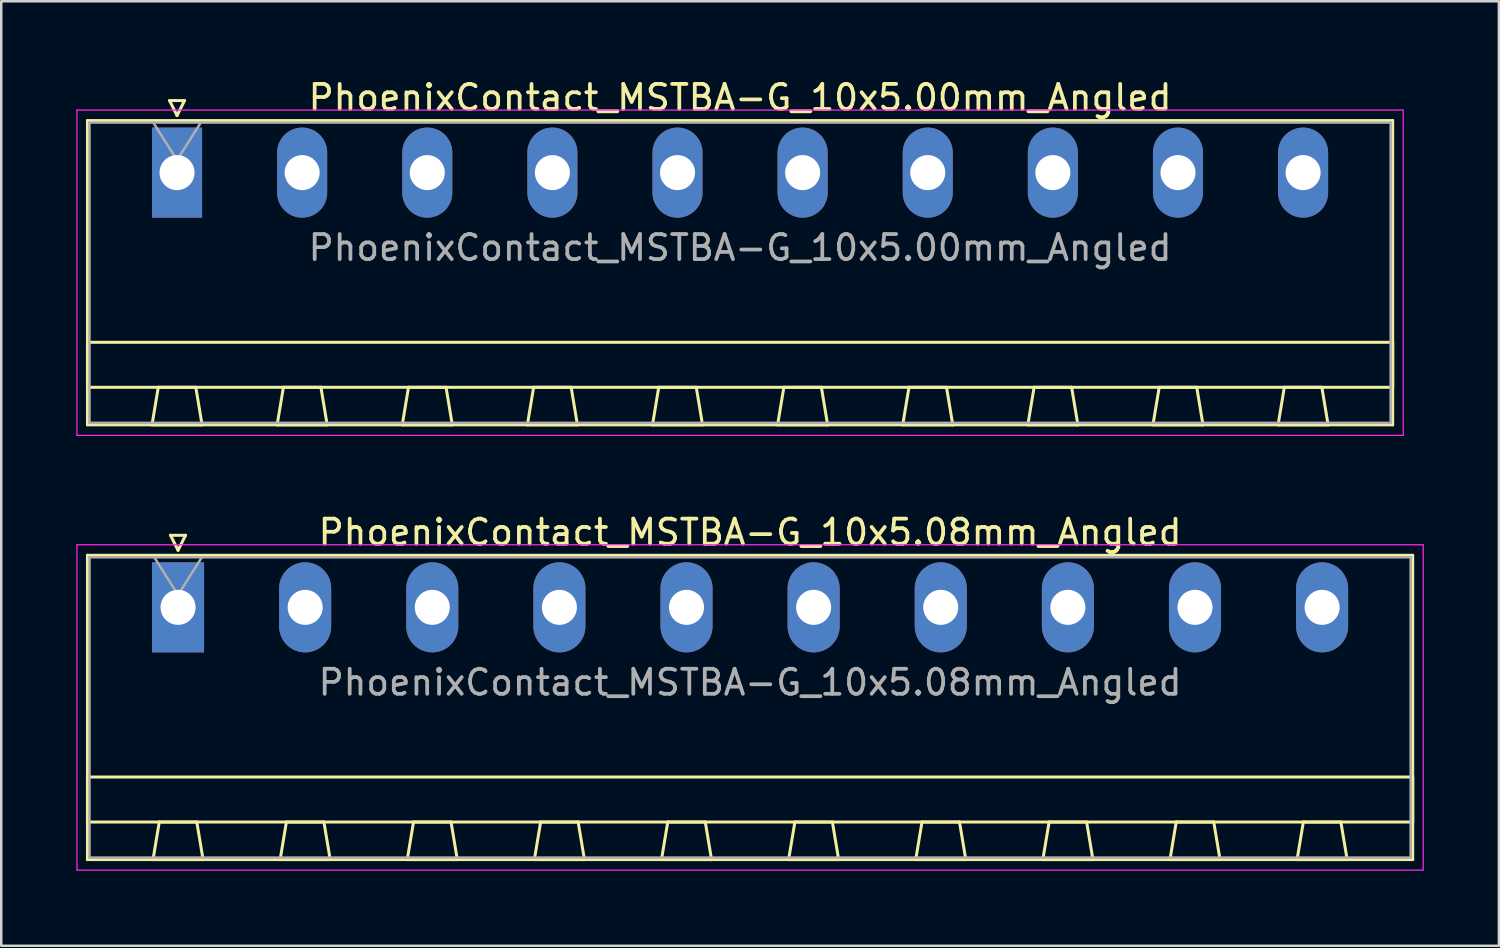
<source format=kicad_pcb>
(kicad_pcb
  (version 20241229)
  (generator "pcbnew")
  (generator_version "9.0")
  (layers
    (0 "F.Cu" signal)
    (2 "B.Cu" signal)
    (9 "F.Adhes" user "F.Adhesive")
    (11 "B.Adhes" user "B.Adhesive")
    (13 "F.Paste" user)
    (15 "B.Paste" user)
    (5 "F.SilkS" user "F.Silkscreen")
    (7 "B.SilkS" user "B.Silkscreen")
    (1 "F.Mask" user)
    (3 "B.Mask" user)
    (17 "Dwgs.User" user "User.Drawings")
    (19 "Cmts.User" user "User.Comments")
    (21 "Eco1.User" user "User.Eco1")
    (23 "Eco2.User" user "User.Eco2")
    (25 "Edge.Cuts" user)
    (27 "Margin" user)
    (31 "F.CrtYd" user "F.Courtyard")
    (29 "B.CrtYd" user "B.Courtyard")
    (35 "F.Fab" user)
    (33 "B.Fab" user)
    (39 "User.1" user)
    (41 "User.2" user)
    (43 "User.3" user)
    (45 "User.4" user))
  (footprint "PhoenixContact_MSTBA-G_10x5.08mm_Angled"
    (layer "F.Cu")
    (at 4.065 21.221)
    (property "Reference" "PhoenixContact_MSTBA-G_10x5.08mm_Angled" (at 22.86 -3 0) (layer "F.SilkS") (effects (font (size 1 1) (thickness 0.15))))
    (attr through_hole)
    (fp_line (start -3.62 -2.08) (end -3.62 10.08) (stroke (width 0.12) (type solid)) (layer "F.SilkS"))
    (fp_line (start -3.62 6.78) (end 49.34 6.78) (stroke (width 0.12) (type solid)) (layer "F.SilkS"))
    (fp_line (start -3.62 8.58) (end -3.62 6.78) (stroke (width 0.12) (type solid)) (layer "F.SilkS"))
    (fp_line (start -3.62 10.08) (end 49.34 10.08) (stroke (width 0.12) (type solid)) (layer "F.SilkS"))
    (fp_line (start -1 10.08) (end 1 10.08) (stroke (width 0.12) (type solid)) (layer "F.SilkS"))
    (fp_line (start -0.75 8.58) (end -1 10.08) (stroke (width 0.12) (type solid)) (layer "F.SilkS"))
    (fp_line (start -0.3 -2.88) (end 0.3 -2.88) (stroke (width 0.12) (type solid)) (layer "F.SilkS"))
    (fp_line (start 0 -2.28) (end -0.3 -2.88) (stroke (width 0.12) (type solid)) (layer "F.SilkS"))
    (fp_line (start 0.3 -2.88) (end 0 -2.28) (stroke (width 0.12) (type solid)) (layer "F.SilkS"))
    (fp_line (start 0.75 8.58) (end -0.75 8.58) (stroke (width 0.12) (type solid)) (layer "F.SilkS"))
    (fp_line (start 1 10.08) (end 0.75 8.58) (stroke (width 0.12) (type solid)) (layer "F.SilkS"))
    (fp_line (start 4.08 10.08) (end 6.08 10.08) (stroke (width 0.12) (type solid)) (layer "F.SilkS"))
    (fp_line (start 4.33 8.58) (end 4.08 10.08) (stroke (width 0.12) (type solid)) (layer "F.SilkS"))
    (fp_line (start 5.83 8.58) (end 4.33 8.58) (stroke (width 0.12) (type solid)) (layer "F.SilkS"))
    (fp_line (start 6.08 10.08) (end 5.83 8.58) (stroke (width 0.12) (type solid)) (layer "F.SilkS"))
    (fp_line (start 9.16 10.08) (end 11.16 10.08) (stroke (width 0.12) (type solid)) (layer "F.SilkS"))
    (fp_line (start 9.41 8.58) (end 9.16 10.08) (stroke (width 0.12) (type solid)) (layer "F.SilkS"))
    (fp_line (start 10.91 8.58) (end 9.41 8.58) (stroke (width 0.12) (type solid)) (layer "F.SilkS"))
    (fp_line (start 11.16 10.08) (end 10.91 8.58) (stroke (width 0.12) (type solid)) (layer "F.SilkS"))
    (fp_line (start 14.24 10.08) (end 16.24 10.08) (stroke (width 0.12) (type solid)) (layer "F.SilkS"))
    (fp_line (start 14.49 8.58) (end 14.24 10.08) (stroke (width 0.12) (type solid)) (layer "F.SilkS"))
    (fp_line (start 15.99 8.58) (end 14.49 8.58) (stroke (width 0.12) (type solid)) (layer "F.SilkS"))
    (fp_line (start 16.24 10.08) (end 15.99 8.58) (stroke (width 0.12) (type solid)) (layer "F.SilkS"))
    (fp_line (start 19.32 10.08) (end 21.32 10.08) (stroke (width 0.12) (type solid)) (layer "F.SilkS"))
    (fp_line (start 19.57 8.58) (end 19.32 10.08) (stroke (width 0.12) (type solid)) (layer "F.SilkS"))
    (fp_line (start 21.07 8.58) (end 19.57 8.58) (stroke (width 0.12) (type solid)) (layer "F.SilkS"))
    (fp_line (start 21.32 10.08) (end 21.07 8.58) (stroke (width 0.12) (type solid)) (layer "F.SilkS"))
    (fp_line (start 24.4 10.08) (end 26.4 10.08) (stroke (width 0.12) (type solid)) (layer "F.SilkS"))
    (fp_line (start 24.65 8.58) (end 24.4 10.08) (stroke (width 0.12) (type solid)) (layer "F.SilkS"))
    (fp_line (start 26.15 8.58) (end 24.65 8.58) (stroke (width 0.12) (type solid)) (layer "F.SilkS"))
    (fp_line (start 26.4 10.08) (end 26.15 8.58) (stroke (width 0.12) (type solid)) (layer "F.SilkS"))
    (fp_line (start 29.48 10.08) (end 31.48 10.08) (stroke (width 0.12) (type solid)) (layer "F.SilkS"))
    (fp_line (start 29.73 8.58) (end 29.48 10.08) (stroke (width 0.12) (type solid)) (layer "F.SilkS"))
    (fp_line (start 31.23 8.58) (end 29.73 8.58) (stroke (width 0.12) (type solid)) (layer "F.SilkS"))
    (fp_line (start 31.48 10.08) (end 31.23 8.58) (stroke (width 0.12) (type solid)) (layer "F.SilkS"))
    (fp_line (start 34.56 10.08) (end 36.56 10.08) (stroke (width 0.12) (type solid)) (layer "F.SilkS"))
    (fp_line (start 34.81 8.58) (end 34.56 10.08) (stroke (width 0.12) (type solid)) (layer "F.SilkS"))
    (fp_line (start 36.31 8.58) (end 34.81 8.58) (stroke (width 0.12) (type solid)) (layer "F.SilkS"))
    (fp_line (start 36.56 10.08) (end 36.31 8.58) (stroke (width 0.12) (type solid)) (layer "F.SilkS"))
    (fp_line (start 39.64 10.08) (end 41.64 10.08) (stroke (width 0.12) (type solid)) (layer "F.SilkS"))
    (fp_line (start 39.89 8.58) (end 39.64 10.08) (stroke (width 0.12) (type solid)) (layer "F.SilkS"))
    (fp_line (start 41.39 8.58) (end 39.89 8.58) (stroke (width 0.12) (type solid)) (layer "F.SilkS"))
    (fp_line (start 41.64 10.08) (end 41.39 8.58) (stroke (width 0.12) (type solid)) (layer "F.SilkS"))
    (fp_line (start 44.72 10.08) (end 46.72 10.08) (stroke (width 0.12) (type solid)) (layer "F.SilkS"))
    (fp_line (start 44.97 8.58) (end 44.72 10.08) (stroke (width 0.12) (type solid)) (layer "F.SilkS"))
    (fp_line (start 46.47 8.58) (end 44.97 8.58) (stroke (width 0.12) (type solid)) (layer "F.SilkS"))
    (fp_line (start 46.72 10.08) (end 46.47 8.58) (stroke (width 0.12) (type solid)) (layer "F.SilkS"))
    (fp_line (start 49.34 -2.08) (end -3.62 -2.08) (stroke (width 0.12) (type solid)) (layer "F.SilkS"))
    (fp_line (start 49.34 6.78) (end 49.34 8.58) (stroke (width 0.12) (type solid)) (layer "F.SilkS"))
    (fp_line (start 49.34 8.58) (end -3.62 8.58) (stroke (width 0.12) (type solid)) (layer "F.SilkS"))
    (fp_line (start 49.34 10.08) (end 49.34 -2.08) (stroke (width 0.12) (type solid)) (layer "F.SilkS"))
    (fp_line (start -4.04 -2.5) (end -4.04 10.5) (stroke (width 0.05) (type solid)) (layer "F.CrtYd"))
    (fp_line (start -4.04 10.5) (end 49.76 10.5) (stroke (width 0.05) (type solid)) (layer "F.CrtYd"))
    (fp_line (start 49.76 -2.5) (end -4.04 -2.5) (stroke (width 0.05) (type solid)) (layer "F.CrtYd"))
    (fp_line (start 49.76 10.5) (end 49.76 -2.5) (stroke (width 0.05) (type solid)) (layer "F.CrtYd"))
    (fp_line (start -3.54 -2) (end -3.54 10) (stroke (width 0.1) (type solid)) (layer "F.Fab"))
    (fp_line (start -3.54 10) (end 49.26 10) (stroke (width 0.1) (type solid)) (layer "F.Fab"))
    (fp_line (start 0 -0.5) (end -0.95 -2) (stroke (width 0.1) (type solid)) (layer "F.Fab"))
    (fp_line (start 0.95 -2) (end 0 -0.5) (stroke (width 0.1) (type solid)) (layer "F.Fab"))
    (fp_line (start 49.26 -2) (end -3.54 -2) (stroke (width 0.1) (type solid)) (layer "F.Fab"))
    (fp_line (start 49.26 10) (end 49.26 -2) (stroke (width 0.1) (type solid)) (layer "F.Fab"))
    (fp_text user "${REFERENCE}" (at 22.86 3 0) (layer "F.Fab") (effects (font (size 1 1) (thickness 0.15))))
    (pad "1" thru_hole rect (at 0 0) (size 2.08 3.6) (drill 1.4) (layers "*.Cu" "*.Mask"))
    (pad "2" thru_hole oval (at 5.08 0) (size 2.08 3.6) (drill 1.4) (layers "*.Cu" "*.Mask"))
    (pad "3" thru_hole oval (at 10.16 0) (size 2.08 3.6) (drill 1.4) (layers "*.Cu" "*.Mask"))
    (pad "4" thru_hole oval (at 15.24 0) (size 2.08 3.6) (drill 1.4) (layers "*.Cu" "*.Mask"))
    (pad "5" thru_hole oval (at 20.32 0) (size 2.08 3.6) (drill 1.4) (layers "*.Cu" "*.Mask"))
    (pad "6" thru_hole oval (at 25.4 0) (size 2.08 3.6) (drill 1.4) (layers "*.Cu" "*.Mask"))
    (pad "7" thru_hole oval (at 30.48 0) (size 2.08 3.6) (drill 1.4) (layers "*.Cu" "*.Mask"))
    (pad "8" thru_hole oval (at 35.56 0) (size 2.08 3.6) (drill 1.4) (layers "*.Cu" "*.Mask"))
    (pad "9" thru_hole oval (at 40.64 0) (size 2.08 3.6) (drill 1.4) (layers "*.Cu" "*.Mask"))
    (pad "10" thru_hole oval (at 45.72 0) (size 2.08 3.6) (drill 1.4) (layers "*.Cu" "*.Mask")))
  (footprint "PhoenixContact_MSTBA-G_10x5.00mm_Angled"
    (layer "F.Cu")
    (at 4.025 3.848)
    (property "Reference" "PhoenixContact_MSTBA-G_10x5.00mm_Angled" (at 22.5 -3 0) (layer "F.SilkS") (effects (font (size 1 1) (thickness 0.15))))
    (attr through_hole)
    (fp_line (start -3.58 -2.08) (end -3.58 10.08) (stroke (width 0.12) (type solid)) (layer "F.SilkS"))
    (fp_line (start -3.58 6.78) (end 48.58 6.78) (stroke (width 0.12) (type solid)) (layer "F.SilkS"))
    (fp_line (start -3.58 8.58) (end -3.58 6.78) (stroke (width 0.12) (type solid)) (layer "F.SilkS"))
    (fp_line (start -3.58 10.08) (end 48.58 10.08) (stroke (width 0.12) (type solid)) (layer "F.SilkS"))
    (fp_line (start -1 10.08) (end 1 10.08) (stroke (width 0.12) (type solid)) (layer "F.SilkS"))
    (fp_line (start -0.75 8.58) (end -1 10.08) (stroke (width 0.12) (type solid)) (layer "F.SilkS"))
    (fp_line (start -0.3 -2.88) (end 0.3 -2.88) (stroke (width 0.12) (type solid)) (layer "F.SilkS"))
    (fp_line (start 0 -2.28) (end -0.3 -2.88) (stroke (width 0.12) (type solid)) (layer "F.SilkS"))
    (fp_line (start 0.3 -2.88) (end 0 -2.28) (stroke (width 0.12) (type solid)) (layer "F.SilkS"))
    (fp_line (start 0.75 8.58) (end -0.75 8.58) (stroke (width 0.12) (type solid)) (layer "F.SilkS"))
    (fp_line (start 1 10.08) (end 0.75 8.58) (stroke (width 0.12) (type solid)) (layer "F.SilkS"))
    (fp_line (start 4 10.08) (end 6 10.08) (stroke (width 0.12) (type solid)) (layer "F.SilkS"))
    (fp_line (start 4.25 8.58) (end 4 10.08) (stroke (width 0.12) (type solid)) (layer "F.SilkS"))
    (fp_line (start 5.75 8.58) (end 4.25 8.58) (stroke (width 0.12) (type solid)) (layer "F.SilkS"))
    (fp_line (start 6 10.08) (end 5.75 8.58) (stroke (width 0.12) (type solid)) (layer "F.SilkS"))
    (fp_line (start 9 10.08) (end 11 10.08) (stroke (width 0.12) (type solid)) (layer "F.SilkS"))
    (fp_line (start 9.25 8.58) (end 9 10.08) (stroke (width 0.12) (type solid)) (layer "F.SilkS"))
    (fp_line (start 10.75 8.58) (end 9.25 8.58) (stroke (width 0.12) (type solid)) (layer "F.SilkS"))
    (fp_line (start 11 10.08) (end 10.75 8.58) (stroke (width 0.12) (type solid)) (layer "F.SilkS"))
    (fp_line (start 14 10.08) (end 16 10.08) (stroke (width 0.12) (type solid)) (layer "F.SilkS"))
    (fp_line (start 14.25 8.58) (end 14 10.08) (stroke (width 0.12) (type solid)) (layer "F.SilkS"))
    (fp_line (start 15.75 8.58) (end 14.25 8.58) (stroke (width 0.12) (type solid)) (layer "F.SilkS"))
    (fp_line (start 16 10.08) (end 15.75 8.58) (stroke (width 0.12) (type solid)) (layer "F.SilkS"))
    (fp_line (start 19 10.08) (end 21 10.08) (stroke (width 0.12) (type solid)) (layer "F.SilkS"))
    (fp_line (start 19.25 8.58) (end 19 10.08) (stroke (width 0.12) (type solid)) (layer "F.SilkS"))
    (fp_line (start 20.75 8.58) (end 19.25 8.58) (stroke (width 0.12) (type solid)) (layer "F.SilkS"))
    (fp_line (start 21 10.08) (end 20.75 8.58) (stroke (width 0.12) (type solid)) (layer "F.SilkS"))
    (fp_line (start 24 10.08) (end 26 10.08) (stroke (width 0.12) (type solid)) (layer "F.SilkS"))
    (fp_line (start 24.25 8.58) (end 24 10.08) (stroke (width 0.12) (type solid)) (layer "F.SilkS"))
    (fp_line (start 25.75 8.58) (end 24.25 8.58) (stroke (width 0.12) (type solid)) (layer "F.SilkS"))
    (fp_line (start 26 10.08) (end 25.75 8.58) (stroke (width 0.12) (type solid)) (layer "F.SilkS"))
    (fp_line (start 29 10.08) (end 31 10.08) (stroke (width 0.12) (type solid)) (layer "F.SilkS"))
    (fp_line (start 29.25 8.58) (end 29 10.08) (stroke (width 0.12) (type solid)) (layer "F.SilkS"))
    (fp_line (start 30.75 8.58) (end 29.25 8.58) (stroke (width 0.12) (type solid)) (layer "F.SilkS"))
    (fp_line (start 31 10.08) (end 30.75 8.58) (stroke (width 0.12) (type solid)) (layer "F.SilkS"))
    (fp_line (start 34 10.08) (end 36 10.08) (stroke (width 0.12) (type solid)) (layer "F.SilkS"))
    (fp_line (start 34.25 8.58) (end 34 10.08) (stroke (width 0.12) (type solid)) (layer "F.SilkS"))
    (fp_line (start 35.75 8.58) (end 34.25 8.58) (stroke (width 0.12) (type solid)) (layer "F.SilkS"))
    (fp_line (start 36 10.08) (end 35.75 8.58) (stroke (width 0.12) (type solid)) (layer "F.SilkS"))
    (fp_line (start 39 10.08) (end 41 10.08) (stroke (width 0.12) (type solid)) (layer "F.SilkS"))
    (fp_line (start 39.25 8.58) (end 39 10.08) (stroke (width 0.12) (type solid)) (layer "F.SilkS"))
    (fp_line (start 40.75 8.58) (end 39.25 8.58) (stroke (width 0.12) (type solid)) (layer "F.SilkS"))
    (fp_line (start 41 10.08) (end 40.75 8.58) (stroke (width 0.12) (type solid)) (layer "F.SilkS"))
    (fp_line (start 44 10.08) (end 46 10.08) (stroke (width 0.12) (type solid)) (layer "F.SilkS"))
    (fp_line (start 44.25 8.58) (end 44 10.08) (stroke (width 0.12) (type solid)) (layer "F.SilkS"))
    (fp_line (start 45.75 8.58) (end 44.25 8.58) (stroke (width 0.12) (type solid)) (layer "F.SilkS"))
    (fp_line (start 46 10.08) (end 45.75 8.58) (stroke (width 0.12) (type solid)) (layer "F.SilkS"))
    (fp_line (start 48.58 -2.08) (end -3.58 -2.08) (stroke (width 0.12) (type solid)) (layer "F.SilkS"))
    (fp_line (start 48.58 6.78) (end 48.58 8.58) (stroke (width 0.12) (type solid)) (layer "F.SilkS"))
    (fp_line (start 48.58 8.58) (end -3.58 8.58) (stroke (width 0.12) (type solid)) (layer "F.SilkS"))
    (fp_line (start 48.58 10.08) (end 48.58 -2.08) (stroke (width 0.12) (type solid)) (layer "F.SilkS"))
    (fp_line (start -4 -2.5) (end -4 10.5) (stroke (width 0.05) (type solid)) (layer "F.CrtYd"))
    (fp_line (start -4 10.5) (end 49 10.5) (stroke (width 0.05) (type solid)) (layer "F.CrtYd"))
    (fp_line (start 49 -2.5) (end -4 -2.5) (stroke (width 0.05) (type solid)) (layer "F.CrtYd"))
    (fp_line (start 49 10.5) (end 49 -2.5) (stroke (width 0.05) (type solid)) (layer "F.CrtYd"))
    (fp_line (start -3.5 -2) (end -3.5 10) (stroke (width 0.1) (type solid)) (layer "F.Fab"))
    (fp_line (start -3.5 10) (end 48.5 10) (stroke (width 0.1) (type solid)) (layer "F.Fab"))
    (fp_line (start 0 -0.5) (end -0.95 -2) (stroke (width 0.1) (type solid)) (layer "F.Fab"))
    (fp_line (start 0.95 -2) (end 0 -0.5) (stroke (width 0.1) (type solid)) (layer "F.Fab"))
    (fp_line (start 48.5 -2) (end -3.5 -2) (stroke (width 0.1) (type solid)) (layer "F.Fab"))
    (fp_line (start 48.5 10) (end 48.5 -2) (stroke (width 0.1) (type solid)) (layer "F.Fab"))
    (fp_text user "${REFERENCE}" (at 22.5 3 0) (layer "F.Fab") (effects (font (size 1 1) (thickness 0.15))))
    (pad "1" thru_hole rect (at 0 0) (size 2 3.6) (drill 1.4) (layers "*.Cu" "*.Mask"))
    (pad "2" thru_hole oval (at 5 0) (size 2 3.6) (drill 1.4) (layers "*.Cu" "*.Mask"))
    (pad "3" thru_hole oval (at 10 0) (size 2 3.6) (drill 1.4) (layers "*.Cu" "*.Mask"))
    (pad "4" thru_hole oval (at 15 0) (size 2 3.6) (drill 1.4) (layers "*.Cu" "*.Mask"))
    (pad "5" thru_hole oval (at 20 0) (size 2 3.6) (drill 1.4) (layers "*.Cu" "*.Mask"))
    (pad "6" thru_hole oval (at 25 0) (size 2 3.6) (drill 1.4) (layers "*.Cu" "*.Mask"))
    (pad "7" thru_hole oval (at 30 0) (size 2 3.6) (drill 1.4) (layers "*.Cu" "*.Mask"))
    (pad "8" thru_hole oval (at 35 0) (size 2 3.6) (drill 1.4) (layers "*.Cu" "*.Mask"))
    (pad "9" thru_hole oval (at 40 0) (size 2 3.6) (drill 1.4) (layers "*.Cu" "*.Mask"))
    (pad "10" thru_hole oval (at 45 0) (size 2 3.6) (drill 1.4) (layers "*.Cu" "*.Mask")))
  (gr_rect
    (start -3 -3)
    (end 56.85 34.746)
    (stroke (width 0.1) (type default))
    (fill no)
    (layer "Edge.Cuts")))
</source>
